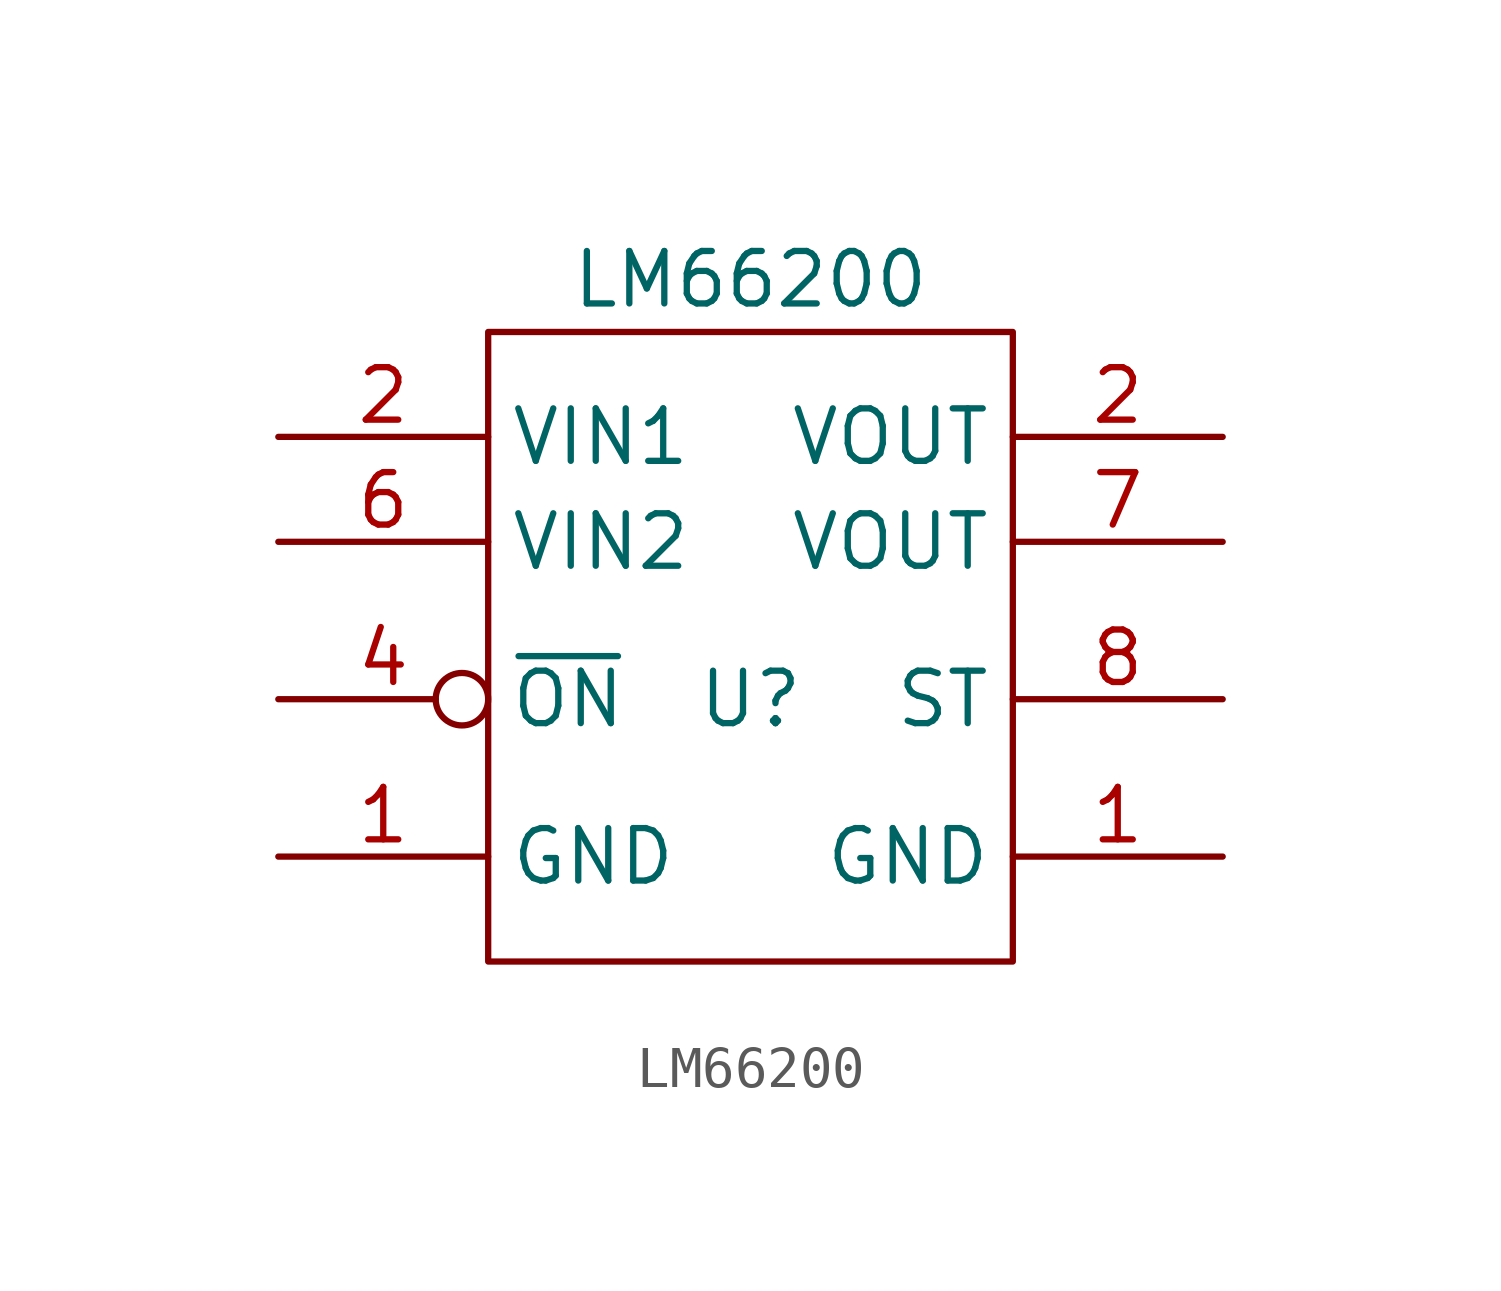
<source format=kicad_sym>
(kicad_symbol_lib
  (version 20231120)
  (generator "kicad_symbol_editor")
  (generator_version "8.0")
  (symbol "LM66200"
    (property "Reference" "U"
      (at 0 0 0)
      (effects (font (size 1.27 1.27))))
    (property "Value" "LM66200"
      (at 0 10.16 0)
      (effects (font (size 1.27 1.27))))
    (symbol "LM66200_1_1"
      (text_box "" (at -6.35 8.89 0) (size 12.7 -15.24) (stroke (width 0) (type default)) (fill (type color) (color 0 0 0 0)) (effects (font (size 1.27 1.27)) (justify left top)))
      (pin passive line (at -11.43 -3.81 0) (length 5.08) (name "GND" (effects (font (size 1.27 1.27)))) (number "1" (effects (font (size 1.27 1.27)))))
      (pin passive line (at 11.43 -3.81 180) (length 5.08) (name "GND" (effects (font (size 1.27 1.27)))) (number "1" (effects (font (size 1.27 1.27)))))
      (pin power_in line (at -11.43 6.35 0) (length 5.08) (name "VIN1" (effects (font (size 1.27 1.27)))) (number "2" (effects (font (size 1.27 1.27)))))
      (pin power_out line (at 11.43 6.35 180) (length 5.08) (name "VOUT" (effects (font (size 1.27 1.27)))) (number "2" (effects (font (size 1.27 1.27)))))
      (pin input inverted (at -11.43 0 0) (length 5.08) (name "~{ON}" (effects (font (size 1.27 1.27)))) (number "4" (effects (font (size 1.27 1.27)))))
      (pin power_in line (at -11.43 3.81 0) (length 5.08) (name "VIN2" (effects (font (size 1.27 1.27)))) (number "6" (effects (font (size 1.27 1.27)))))
      (pin power_out line (at 11.43 3.81 180) (length 5.08) (name "VOUT" (effects (font (size 1.27 1.27)))) (number "7" (effects (font (size 1.27 1.27)))))
      (pin open_collector line (at 11.43 0 180) (length 5.08) (name "ST" (effects (font (size 1.27 1.27)))) (number "8" (effects (font (size 1.27 1.27))))))))
</source>
